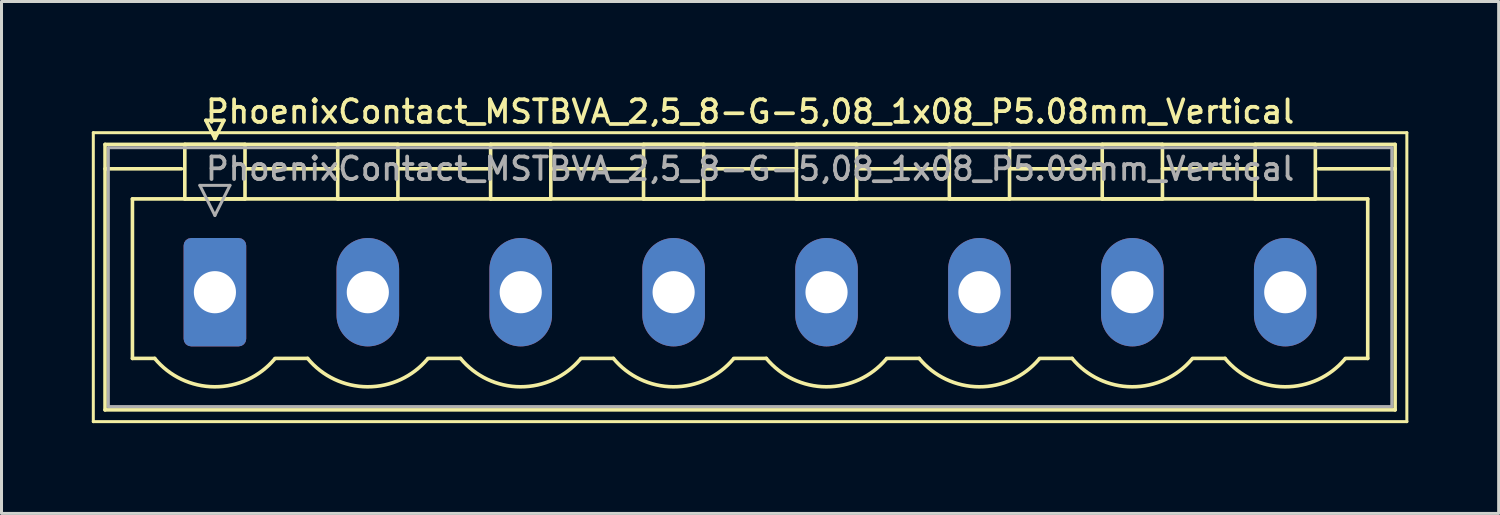
<source format=kicad_pcb>
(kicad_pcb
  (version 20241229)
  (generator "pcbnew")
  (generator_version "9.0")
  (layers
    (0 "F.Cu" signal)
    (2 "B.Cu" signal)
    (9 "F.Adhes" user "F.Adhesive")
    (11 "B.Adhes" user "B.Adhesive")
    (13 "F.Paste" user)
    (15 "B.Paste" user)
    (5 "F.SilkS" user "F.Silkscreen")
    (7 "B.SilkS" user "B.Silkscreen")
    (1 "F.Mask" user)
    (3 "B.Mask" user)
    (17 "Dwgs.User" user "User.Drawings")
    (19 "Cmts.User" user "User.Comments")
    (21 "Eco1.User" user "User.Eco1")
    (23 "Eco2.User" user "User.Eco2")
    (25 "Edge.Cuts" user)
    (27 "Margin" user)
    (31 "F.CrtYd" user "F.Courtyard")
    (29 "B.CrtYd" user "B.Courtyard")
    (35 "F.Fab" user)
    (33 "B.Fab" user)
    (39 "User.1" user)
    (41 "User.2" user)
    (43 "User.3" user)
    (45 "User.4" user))
  (footprint "PhoenixContact_MSTBVA_2,5_8-G-5,08_1x08_P5.08mm_Vertical"
    (layer "F.Cu")
    (at 4.09 6.658)
    (property "Reference" "PhoenixContact_MSTBVA_2,5_8-G-5,08_1x08_P5.08mm_Vertical" (at 17.78 -6 0) (layer "F.SilkS") (effects (font (size 0.75 0.75) (thickness 0.125))))
    (attr through_hole)
    (fp_line (start -4.04 -5.3) (end -4.04 4.3) (stroke (width 0.1) (type solid)) (layer "F.SilkS"))
    (fp_line (start -4.04 4.3) (end 39.6 4.3) (stroke (width 0.1) (type solid)) (layer "F.SilkS"))
    (fp_line (start -3.65 -4.91) (end -3.65 3.91) (stroke (width 0.12) (type solid)) (layer "F.SilkS"))
    (fp_line (start -3.65 -4.1) (end -1.11 -4.1) (stroke (width 0.12) (type solid)) (layer "F.SilkS"))
    (fp_line (start -3.65 3.91) (end 39.21 3.91) (stroke (width 0.12) (type solid)) (layer "F.SilkS"))
    (fp_line (start -2.74 -3.1) (end 38.3 -3.1) (stroke (width 0.12) (type solid)) (layer "F.SilkS"))
    (fp_line (start -2.74 2.2) (end -2.74 -3.1) (stroke (width 0.12) (type solid)) (layer "F.SilkS"))
    (fp_line (start -2 2.2) (end -2.74 2.2) (stroke (width 0.12) (type solid)) (layer "F.SilkS"))
    (fp_line (start -1 -4.91) (end 1 -4.91) (stroke (width 0.12) (type solid)) (layer "F.SilkS"))
    (fp_line (start -1 -3.1) (end -1 -4.91) (stroke (width 0.12) (type solid)) (layer "F.SilkS"))
    (fp_line (start -0.3 -5.71) (end 0.3 -5.71) (stroke (width 0.12) (type solid)) (layer "F.SilkS"))
    (fp_line (start 0 -5.11) (end -0.3 -5.71) (stroke (width 0.12) (type solid)) (layer "F.SilkS"))
    (fp_line (start 0.3 -5.71) (end 0 -5.11) (stroke (width 0.12) (type solid)) (layer "F.SilkS"))
    (fp_line (start 1 -4.91) (end 1 -3.1) (stroke (width 0.12) (type solid)) (layer "F.SilkS"))
    (fp_line (start 1 -4.1) (end 4.08 -4.1) (stroke (width 0.12) (type solid)) (layer "F.SilkS"))
    (fp_line (start 1 -3.1) (end -1 -3.1) (stroke (width 0.12) (type solid)) (layer "F.SilkS"))
    (fp_line (start 2 2.2) (end 3.08 2.2) (stroke (width 0.12) (type solid)) (layer "F.SilkS"))
    (fp_line (start 4.08 -4.91) (end 6.08 -4.91) (stroke (width 0.12) (type solid)) (layer "F.SilkS"))
    (fp_line (start 4.08 -3.1) (end 4.08 -4.91) (stroke (width 0.12) (type solid)) (layer "F.SilkS"))
    (fp_line (start 6.08 -4.91) (end 6.08 -3.1) (stroke (width 0.12) (type solid)) (layer "F.SilkS"))
    (fp_line (start 6.08 -4.1) (end 9.16 -4.1) (stroke (width 0.12) (type solid)) (layer "F.SilkS"))
    (fp_line (start 6.08 -3.1) (end 4.08 -3.1) (stroke (width 0.12) (type solid)) (layer "F.SilkS"))
    (fp_line (start 7.08 2.2) (end 8.16 2.2) (stroke (width 0.12) (type solid)) (layer "F.SilkS"))
    (fp_line (start 9.16 -4.91) (end 11.16 -4.91) (stroke (width 0.12) (type solid)) (layer "F.SilkS"))
    (fp_line (start 9.16 -3.1) (end 9.16 -4.91) (stroke (width 0.12) (type solid)) (layer "F.SilkS"))
    (fp_line (start 11.16 -4.91) (end 11.16 -3.1) (stroke (width 0.12) (type solid)) (layer "F.SilkS"))
    (fp_line (start 11.16 -4.1) (end 14.24 -4.1) (stroke (width 0.12) (type solid)) (layer "F.SilkS"))
    (fp_line (start 11.16 -3.1) (end 9.16 -3.1) (stroke (width 0.12) (type solid)) (layer "F.SilkS"))
    (fp_line (start 12.16 2.2) (end 13.24 2.2) (stroke (width 0.12) (type solid)) (layer "F.SilkS"))
    (fp_line (start 14.24 -4.91) (end 16.24 -4.91) (stroke (width 0.12) (type solid)) (layer "F.SilkS"))
    (fp_line (start 14.24 -3.1) (end 14.24 -4.91) (stroke (width 0.12) (type solid)) (layer "F.SilkS"))
    (fp_line (start 16.24 -4.91) (end 16.24 -3.1) (stroke (width 0.12) (type solid)) (layer "F.SilkS"))
    (fp_line (start 16.24 -4.1) (end 19.32 -4.1) (stroke (width 0.12) (type solid)) (layer "F.SilkS"))
    (fp_line (start 16.24 -3.1) (end 14.24 -3.1) (stroke (width 0.12) (type solid)) (layer "F.SilkS"))
    (fp_line (start 17.24 2.2) (end 18.32 2.2) (stroke (width 0.12) (type solid)) (layer "F.SilkS"))
    (fp_line (start 19.32 -4.91) (end 21.32 -4.91) (stroke (width 0.12) (type solid)) (layer "F.SilkS"))
    (fp_line (start 19.32 -3.1) (end 19.32 -4.91) (stroke (width 0.12) (type solid)) (layer "F.SilkS"))
    (fp_line (start 21.32 -4.91) (end 21.32 -3.1) (stroke (width 0.12) (type solid)) (layer "F.SilkS"))
    (fp_line (start 21.32 -4.1) (end 24.4 -4.1) (stroke (width 0.12) (type solid)) (layer "F.SilkS"))
    (fp_line (start 21.32 -3.1) (end 19.32 -3.1) (stroke (width 0.12) (type solid)) (layer "F.SilkS"))
    (fp_line (start 22.32 2.2) (end 23.4 2.2) (stroke (width 0.12) (type solid)) (layer "F.SilkS"))
    (fp_line (start 24.4 -4.91) (end 26.4 -4.91) (stroke (width 0.12) (type solid)) (layer "F.SilkS"))
    (fp_line (start 24.4 -3.1) (end 24.4 -4.91) (stroke (width 0.12) (type solid)) (layer "F.SilkS"))
    (fp_line (start 26.4 -4.91) (end 26.4 -3.1) (stroke (width 0.12) (type solid)) (layer "F.SilkS"))
    (fp_line (start 26.4 -4.1) (end 29.48 -4.1) (stroke (width 0.12) (type solid)) (layer "F.SilkS"))
    (fp_line (start 26.4 -3.1) (end 24.4 -3.1) (stroke (width 0.12) (type solid)) (layer "F.SilkS"))
    (fp_line (start 27.4 2.2) (end 28.48 2.2) (stroke (width 0.12) (type solid)) (layer "F.SilkS"))
    (fp_line (start 29.48 -4.91) (end 31.48 -4.91) (stroke (width 0.12) (type solid)) (layer "F.SilkS"))
    (fp_line (start 29.48 -3.1) (end 29.48 -4.91) (stroke (width 0.12) (type solid)) (layer "F.SilkS"))
    (fp_line (start 31.48 -4.91) (end 31.48 -3.1) (stroke (width 0.12) (type solid)) (layer "F.SilkS"))
    (fp_line (start 31.48 -4.1) (end 34.56 -4.1) (stroke (width 0.12) (type solid)) (layer "F.SilkS"))
    (fp_line (start 31.48 -3.1) (end 29.48 -3.1) (stroke (width 0.12) (type solid)) (layer "F.SilkS"))
    (fp_line (start 32.48 2.2) (end 33.56 2.2) (stroke (width 0.12) (type solid)) (layer "F.SilkS"))
    (fp_line (start 34.56 -4.91) (end 36.56 -4.91) (stroke (width 0.12) (type solid)) (layer "F.SilkS"))
    (fp_line (start 34.56 -3.1) (end 34.56 -4.91) (stroke (width 0.12) (type solid)) (layer "F.SilkS"))
    (fp_line (start 36.56 -4.91) (end 36.56 -3.1) (stroke (width 0.12) (type solid)) (layer "F.SilkS"))
    (fp_line (start 36.56 -3.1) (end 34.56 -3.1) (stroke (width 0.12) (type solid)) (layer "F.SilkS"))
    (fp_line (start 38.3 -3.1) (end 38.3 2.2) (stroke (width 0.12) (type solid)) (layer "F.SilkS"))
    (fp_line (start 38.3 2.2) (end 37.56 2.2) (stroke (width 0.12) (type solid)) (layer "F.SilkS"))
    (fp_line (start 39.21 -4.91) (end -3.65 -4.91) (stroke (width 0.12) (type solid)) (layer "F.SilkS"))
    (fp_line (start 39.21 -4.1) (end 36.67 -4.1) (stroke (width 0.12) (type solid)) (layer "F.SilkS"))
    (fp_line (start 39.21 3.91) (end 39.21 -4.91) (stroke (width 0.12) (type solid)) (layer "F.SilkS"))
    (fp_line (start 39.6 -5.3) (end -4.04 -5.3) (stroke (width 0.1) (type solid)) (layer "F.SilkS"))
    (fp_line (start 39.6 4.3) (end 39.6 -5.3) (stroke (width 0.1) (type solid)) (layer "F.SilkS"))
    (fp_arc (start 1.986842 2.215821) (mid -0.010289 3.142758) (end -2 2.2) (stroke (width 0.12) (type solid)) (layer "F.SilkS"))
    (fp_arc (start 7.066842 2.215821) (mid 5.069711 3.142758) (end 3.08 2.2) (stroke (width 0.12) (type solid)) (layer "F.SilkS"))
    (fp_arc (start 12.146842 2.215821) (mid 10.149711 3.142758) (end 8.16 2.2) (stroke (width 0.12) (type solid)) (layer "F.SilkS"))
    (fp_arc (start 17.226842 2.215821) (mid 15.229711 3.142758) (end 13.24 2.2) (stroke (width 0.12) (type solid)) (layer "F.SilkS"))
    (fp_arc (start 22.306842 2.215821) (mid 20.309711 3.142758) (end 18.32 2.2) (stroke (width 0.12) (type solid)) (layer "F.SilkS"))
    (fp_arc (start 27.386842 2.215821) (mid 25.389711 3.142758) (end 23.4 2.2) (stroke (width 0.12) (type solid)) (layer "F.SilkS"))
    (fp_arc (start 32.466842 2.215821) (mid 30.469711 3.142758) (end 28.48 2.2) (stroke (width 0.12) (type solid)) (layer "F.SilkS"))
    (fp_arc (start 37.546842 2.215821) (mid 35.549711 3.142758) (end 33.56 2.2) (stroke (width 0.12) (type solid)) (layer "F.SilkS"))
    (fp_line (start -3.54 -4.8) (end -3.54 3.8) (stroke (width 0.1) (type solid)) (layer "F.Fab"))
    (fp_line (start -3.54 3.8) (end 39.1 3.8) (stroke (width 0.1) (type solid)) (layer "F.Fab"))
    (fp_line (start -0.5 -3.55) (end 0.5 -3.55) (stroke (width 0.1) (type solid)) (layer "F.Fab"))
    (fp_line (start 0 -2.55) (end -0.5 -3.55) (stroke (width 0.1) (type solid)) (layer "F.Fab"))
    (fp_line (start 0.5 -3.55) (end 0 -2.55) (stroke (width 0.1) (type solid)) (layer "F.Fab"))
    (fp_line (start 39.1 -4.8) (end -3.54 -4.8) (stroke (width 0.1) (type solid)) (layer "F.Fab"))
    (fp_line (start 39.1 3.8) (end 39.1 -4.8) (stroke (width 0.1) (type solid)) (layer "F.Fab"))
    (fp_text user "${REFERENCE}" (at 17.78 -4.1 0) (layer "F.Fab") (effects (font (size 0.75 0.75) (thickness 0.125))))
    (pad "1" thru_hole roundrect (at 0 0) (size 2.08 3.6) (drill 1.4) (layers "*.Cu" "*.Mask") (roundrect_rratio 0.12))
    (pad "2" thru_hole oval (at 5.08 0) (size 2.08 3.6) (drill 1.4) (layers "*.Cu" "*.Mask"))
    (pad "3" thru_hole oval (at 10.16 0) (size 2.08 3.6) (drill 1.4) (layers "*.Cu" "*.Mask"))
    (pad "4" thru_hole oval (at 15.24 0) (size 2.08 3.6) (drill 1.4) (layers "*.Cu" "*.Mask"))
    (pad "5" thru_hole oval (at 20.32 0) (size 2.08 3.6) (drill 1.4) (layers "*.Cu" "*.Mask"))
    (pad "6" thru_hole oval (at 25.4 0) (size 2.08 3.6) (drill 1.4) (layers "*.Cu" "*.Mask"))
    (pad "7" thru_hole oval (at 30.48 0) (size 2.08 3.6) (drill 1.4) (layers "*.Cu" "*.Mask"))
    (pad "8" thru_hole oval (at 35.56 0) (size 2.08 3.6) (drill 1.4) (layers "*.Cu" "*.Mask")))
  (gr_rect
    (start -3 -3)
    (end 46.74 14.008)
    (stroke (width 0.1) (type default))
    (fill no)
    (layer "Edge.Cuts")))
</source>
